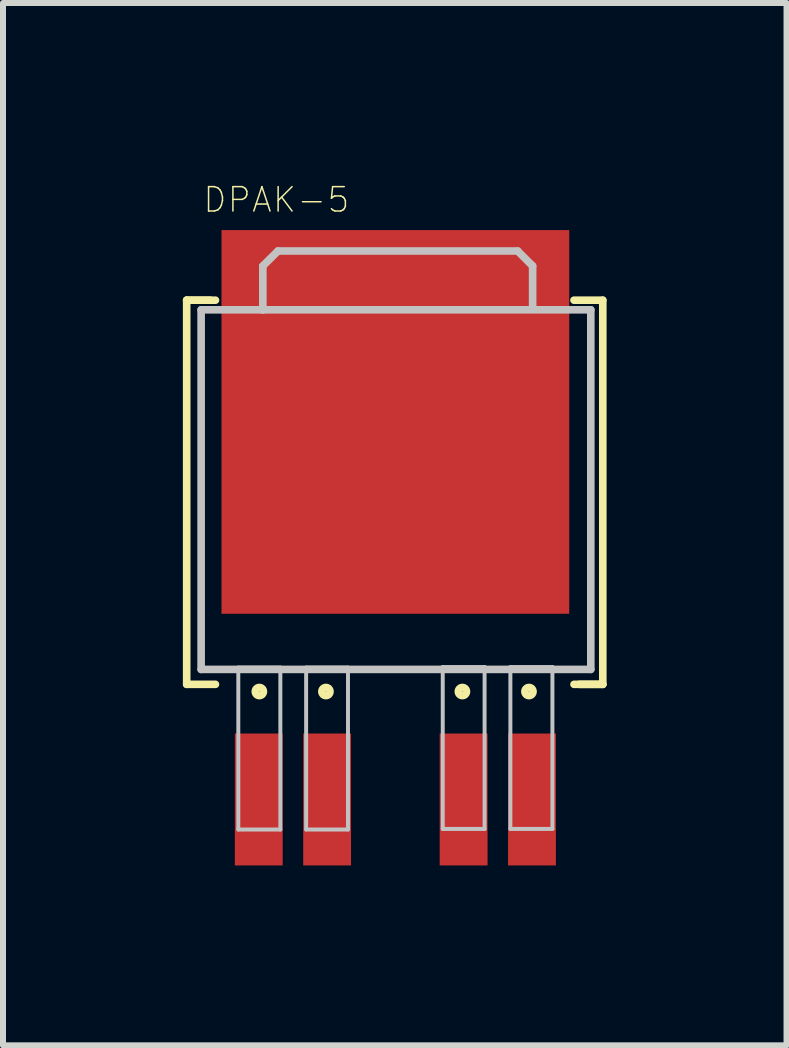
<source format=kicad_pcb>
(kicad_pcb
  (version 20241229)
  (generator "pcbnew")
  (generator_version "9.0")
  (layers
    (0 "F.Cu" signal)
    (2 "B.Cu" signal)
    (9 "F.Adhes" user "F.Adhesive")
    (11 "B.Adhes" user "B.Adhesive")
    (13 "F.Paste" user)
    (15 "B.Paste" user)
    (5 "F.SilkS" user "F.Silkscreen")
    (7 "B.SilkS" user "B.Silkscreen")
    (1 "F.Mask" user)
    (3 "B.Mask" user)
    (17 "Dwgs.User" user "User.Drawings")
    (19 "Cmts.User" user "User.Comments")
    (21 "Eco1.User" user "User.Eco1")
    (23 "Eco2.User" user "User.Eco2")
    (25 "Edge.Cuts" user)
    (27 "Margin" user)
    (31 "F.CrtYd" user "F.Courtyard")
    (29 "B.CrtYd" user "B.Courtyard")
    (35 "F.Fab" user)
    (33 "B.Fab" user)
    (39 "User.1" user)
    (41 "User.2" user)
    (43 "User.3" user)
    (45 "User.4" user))
  (footprint "DPAK-5"
    (layer "F.Cu")
    (at 3.543 4.984)
    (property "Reference" "DPAK-5" (at -1.984 -4.702 0) (layer "F.SilkS") (effects (font (size 0.406 0.406) (thickness 0.025))))
    (attr smd)
    (fp_line (start -3.48 -3.028) (end -3.48 3.378) (stroke (width 0.127) (type solid)) (layer "F.SilkS"))
    (fp_line (start -3.48 -3.028) (end -3 -3.028) (stroke (width 0.127) (type solid)) (layer "F.SilkS"))
    (fp_line (start -3.48 3.378) (end -3 3.378) (stroke (width 0.127) (type solid)) (layer "F.SilkS"))
    (fp_line (start -3.089 -3.028) (end -3.48 -3.028) (stroke (width 0.127) (type solid)) (layer "F.SilkS"))
    (fp_line (start 3.068 3.378) (end 3.459 3.378) (stroke (width 0.127) (type solid)) (layer "F.SilkS"))
    (fp_line (start 3.459 -3.028) (end 2.979 -3.028) (stroke (width 0.127) (type solid)) (layer "F.SilkS"))
    (fp_line (start 3.459 3.378) (end 2.979 3.378) (stroke (width 0.127) (type solid)) (layer "F.SilkS"))
    (fp_line (start 3.459 3.378) (end 3.459 -3.028) (stroke (width 0.127) (type solid)) (layer "F.SilkS"))
    (fp_circle (center -2.268 3.498) (end -2.316 3.546) (stroke (width 0.127) (type solid)) (fill no) (layer "F.SilkS"))
    (fp_circle (center -1.158 3.498) (end -1.206 3.546) (stroke (width 0.127) (type solid)) (fill no) (layer "F.SilkS"))
    (fp_circle (center 1.118 3.498) (end 1.166 3.546) (stroke (width 0.127) (type solid)) (fill no) (layer "F.SilkS"))
    (fp_circle (center 2.228 3.498) (end 2.276 3.546) (stroke (width 0.127) (type solid)) (fill no) (layer "F.SilkS"))
    (fp_line (start -3.239 -2.868) (end -3.239 3.129) (stroke (width 0.127) (type solid)) (layer "Dwgs.User"))
    (fp_line (start -2.619 3.099) (end -1.918 3.099) (stroke (width 0.066) (type solid)) (layer "Dwgs.User"))
    (fp_line (start -2.619 5.799) (end -2.619 3.099) (stroke (width 0.066) (type solid)) (layer "Dwgs.User"))
    (fp_line (start -2.619 5.799) (end -1.918 5.799) (stroke (width 0.066) (type solid)) (layer "Dwgs.User"))
    (fp_line (start -2.21 -3.599) (end -1.958 -3.848) (stroke (width 0.127) (type solid)) (layer "Dwgs.User"))
    (fp_line (start -2.21 -2.868) (end -3.239 -2.868) (stroke (width 0.127) (type solid)) (layer "Dwgs.User"))
    (fp_line (start -2.21 -2.868) (end -2.21 -3.599) (stroke (width 0.127) (type solid)) (layer "Dwgs.User"))
    (fp_line (start -1.918 5.799) (end -1.918 3.099) (stroke (width 0.066) (type solid)) (layer "Dwgs.User"))
    (fp_line (start -1.488 3.099) (end -0.79 3.099) (stroke (width 0.066) (type solid)) (layer "Dwgs.User"))
    (fp_line (start -1.488 5.799) (end -1.488 3.099) (stroke (width 0.066) (type solid)) (layer "Dwgs.User"))
    (fp_line (start -1.488 5.799) (end -0.79 5.799) (stroke (width 0.066) (type solid)) (layer "Dwgs.User"))
    (fp_line (start -0.79 5.799) (end -0.79 3.099) (stroke (width 0.066) (type solid)) (layer "Dwgs.User"))
    (fp_line (start 0.79 3.089) (end 1.488 3.089) (stroke (width 0.066) (type solid)) (layer "Dwgs.User"))
    (fp_line (start 0.79 5.789) (end 0.79 3.089) (stroke (width 0.066) (type solid)) (layer "Dwgs.User"))
    (fp_line (start 0.79 5.789) (end 1.488 5.789) (stroke (width 0.066) (type solid)) (layer "Dwgs.User"))
    (fp_line (start 1.488 5.789) (end 1.488 3.089) (stroke (width 0.066) (type solid)) (layer "Dwgs.User"))
    (fp_line (start 1.918 3.089) (end 2.619 3.089) (stroke (width 0.066) (type solid)) (layer "Dwgs.User"))
    (fp_line (start 1.918 5.789) (end 1.918 3.089) (stroke (width 0.066) (type solid)) (layer "Dwgs.User"))
    (fp_line (start 1.918 5.789) (end 2.619 5.789) (stroke (width 0.066) (type solid)) (layer "Dwgs.User"))
    (fp_line (start 2.04 -3.848) (end -1.958 -3.848) (stroke (width 0.127) (type solid)) (layer "Dwgs.User"))
    (fp_line (start 2.289 -3.599) (end 2.04 -3.848) (stroke (width 0.127) (type solid)) (layer "Dwgs.User"))
    (fp_line (start 2.289 -2.878) (end 2.289 -3.599) (stroke (width 0.127) (type solid)) (layer "Dwgs.User"))
    (fp_line (start 2.619 5.789) (end 2.619 3.089) (stroke (width 0.066) (type solid)) (layer "Dwgs.User"))
    (fp_line (start 3.259 -2.868) (end -2.21 -2.868) (stroke (width 0.127) (type solid)) (layer "Dwgs.User"))
    (fp_line (start 3.259 3.129) (end -3.239 3.129) (stroke (width 0.127) (type solid)) (layer "Dwgs.User"))
    (fp_line (start 3.259 3.129) (end 3.259 -2.868) (stroke (width 0.127) (type solid)) (layer "Dwgs.User"))
    (pad "ADJ" smd rect (at 2.278 5.298 90) (size 2.2 0.798) (layers "F.Cu" "F.Mask" "F.Paste"))
    (pad "EN" smd rect (at -2.278 5.298 90) (size 2.2 0.798) (layers "F.Cu" "F.Mask" "F.Paste"))
    (pad "GND" smd rect (at 0 -0.998 90) (size 6.398 5.799) (layers "F.Cu" "F.Mask" "F.Paste"))
    (pad "VIN" smd rect (at -1.138 5.298 90) (size 2.2 0.798) (layers "F.Cu" "F.Mask" "F.Paste"))
    (pad "VOUT" smd rect (at 1.138 5.298 90) (size 2.2 0.798) (layers "F.Cu" "F.Mask" "F.Paste")))
  (gr_rect
    (start -3 -3)
    (end 10.066 14.382)
    (stroke (width 0.1) (type default))
    (fill no)
    (layer "Edge.Cuts")))
</source>
